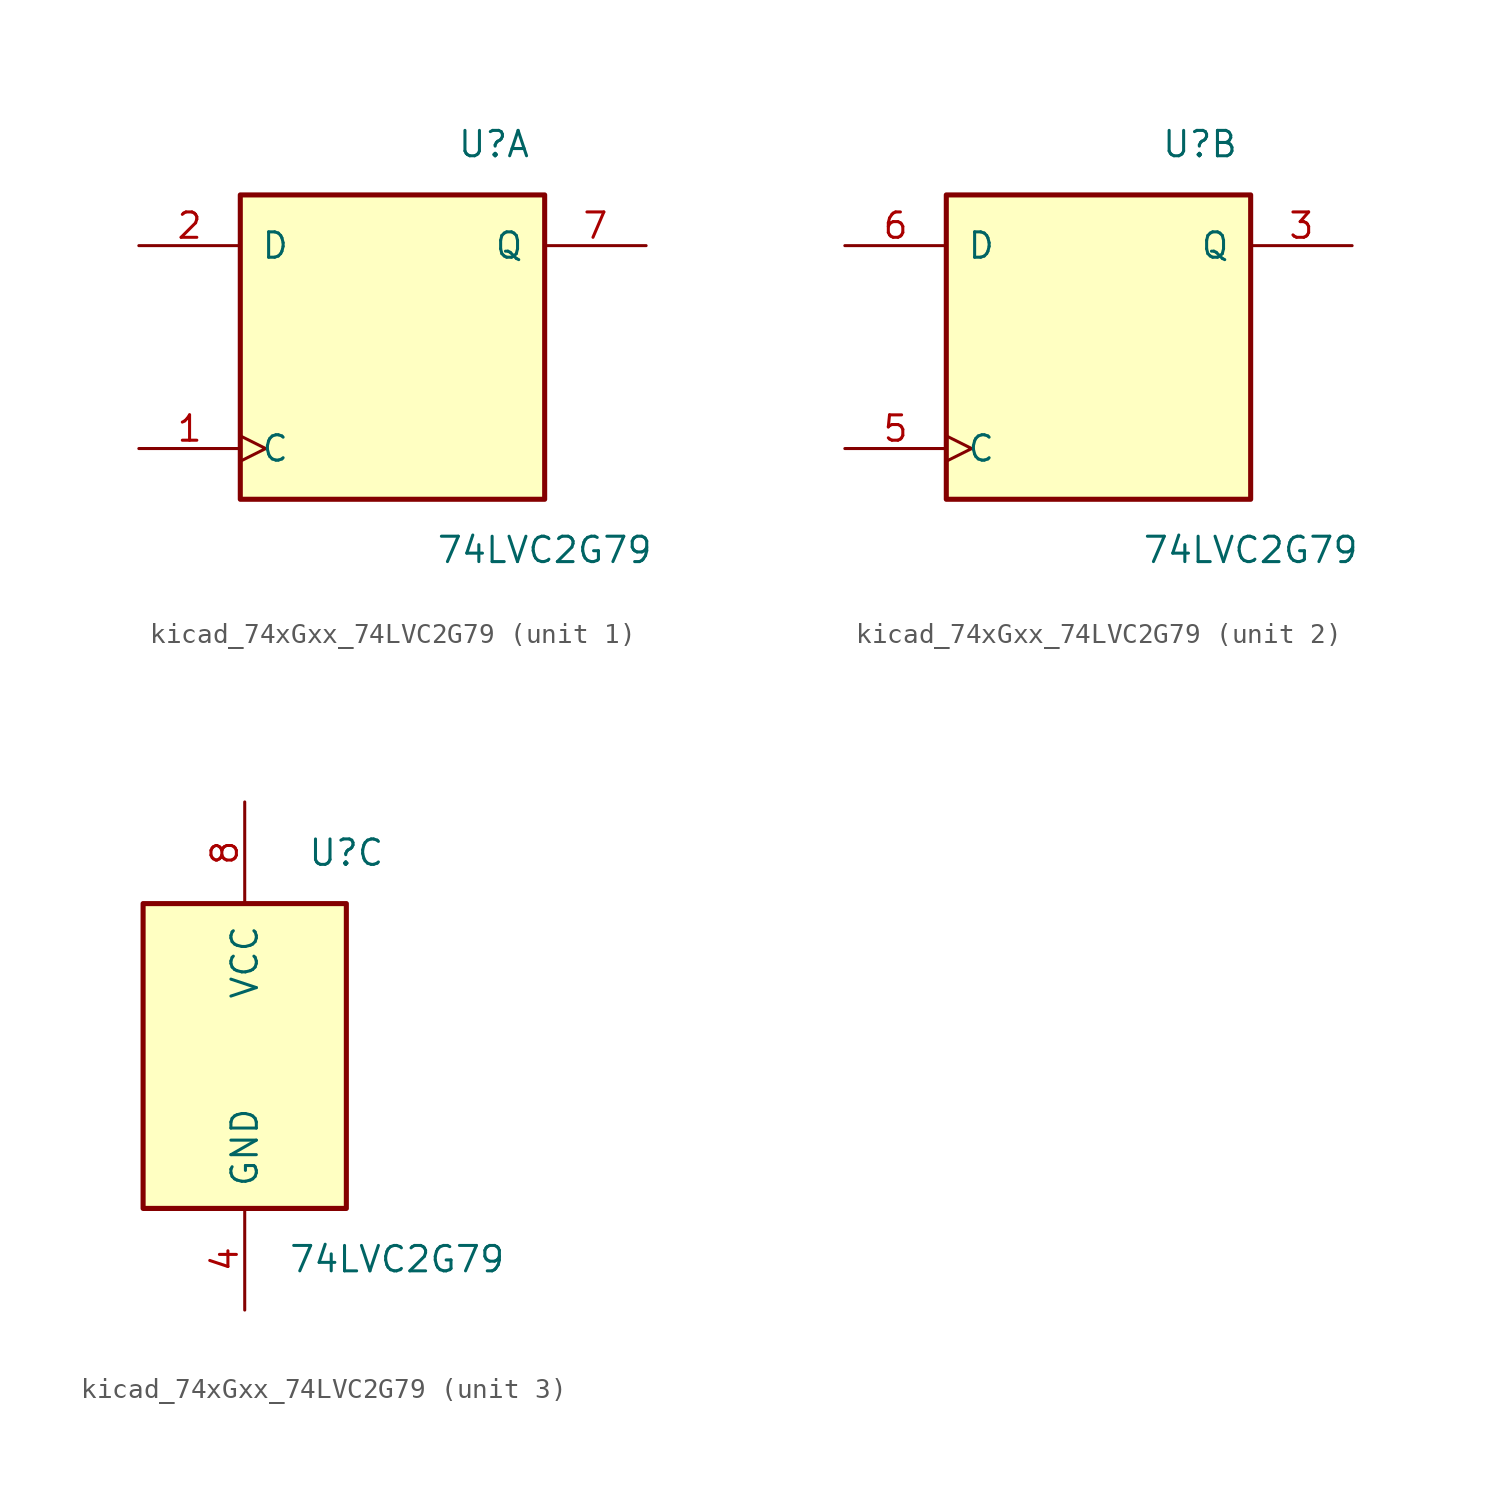
<source format=kicad_sym>
(kicad_symbol_lib
  (version 20220914)
  (generator kicad_symbol_editor)
  (symbol "kicad_74xGxx_74LVC2G79"
    (pin_names
      (offset 1.016))
    (property "Reference" "U"
      (at 5.08 10.16 0)
      (effects (font (size 1.27 1.27))))
    (property "Value" "74LVC2G79"
      (at 7.62 -10.16 0)
      (effects (font (size 1.27 1.27))))
    (symbol "kicad_74xGxx_74LVC2G79_1_1"
      (rectangle (start -7.62 7.62) (end 7.62 -7.62) (stroke (width 0.254) (type default)) (fill (type background)))
      (pin input clock (at -12.7 -5.08 0) (length 5.08) (name "C" (effects (font (size 1.27 1.27)))) (number "1" (effects (font (size 1.27 1.27)))))
      (pin input line (at -12.7 5.08 0) (length 5.08) (name "D" (effects (font (size 1.27 1.27)))) (number "2" (effects (font (size 1.27 1.27)))))
      (pin output line (at 12.7 5.08 180) (length 5.08) (name "Q" (effects (font (size 1.27 1.27)))) (number "7" (effects (font (size 1.27 1.27))))))
    (symbol "kicad_74xGxx_74LVC2G79_2_1"
      (rectangle (start -7.62 7.62) (end 7.62 -7.62) (stroke (width 0.254) (type default)) (fill (type background)))
      (pin output line (at 12.7 5.08 180) (length 5.08) (name "Q" (effects (font (size 1.27 1.27)))) (number "3" (effects (font (size 1.27 1.27)))))
      (pin input clock (at -12.7 -5.08 0) (length 5.08) (name "C" (effects (font (size 1.27 1.27)))) (number "5" (effects (font (size 1.27 1.27)))))
      (pin input line (at -12.7 5.08 0) (length 5.08) (name "D" (effects (font (size 1.27 1.27)))) (number "6" (effects (font (size 1.27 1.27))))))
    (symbol "kicad_74xGxx_74LVC2G79_3_0"
      (rectangle (start -5.08 -7.62) (end 5.08 7.62) (stroke (width 0.254) (type default)) (fill (type background))))
    (symbol "kicad_74xGxx_74LVC2G79_3_1"
      (pin power_in line (at 0 -12.7 90) (length 5.08) (name "GND" (effects (font (size 1.27 1.27)))) (number "4" (effects (font (size 1.27 1.27)))))
      (pin power_in line (at 0 12.7 270) (length 5.08) (name "VCC" (effects (font (size 1.27 1.27)))) (number "8" (effects (font (size 1.27 1.27))))))))
</source>
